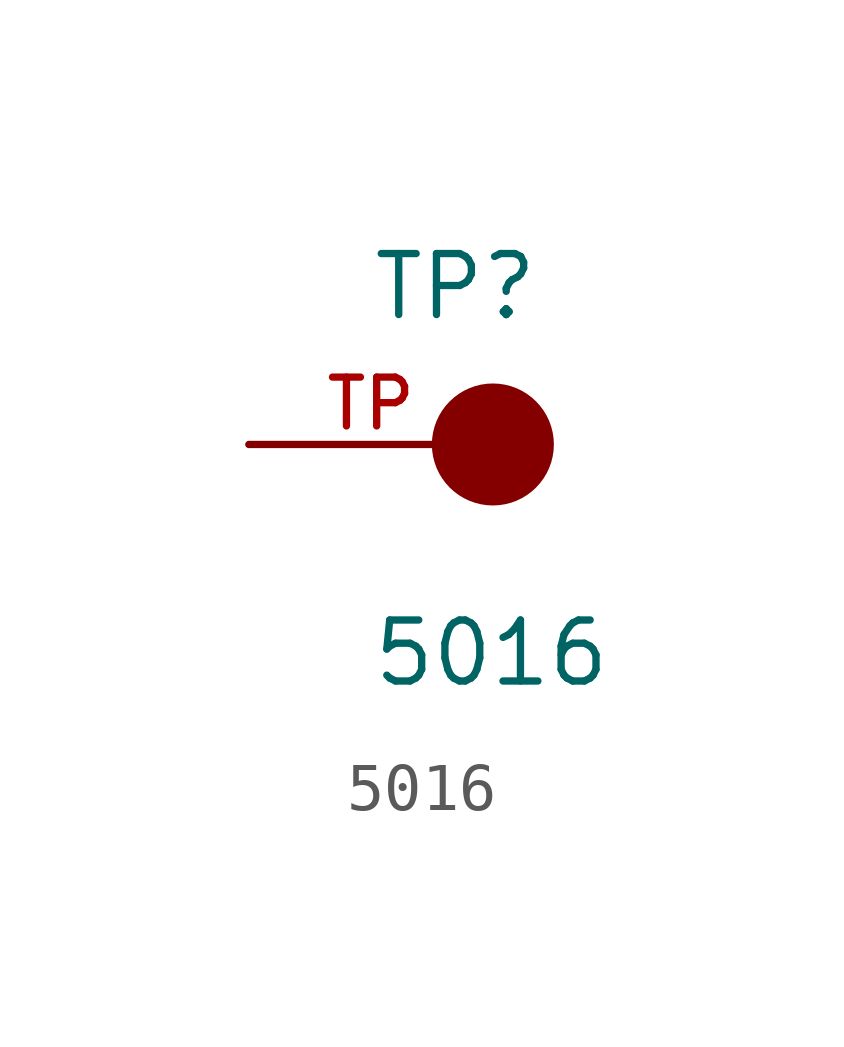
<source format=kicad_sym>
(kicad_symbol_lib
  (version 20211014)
  (generator kicad_symbol_editor)
  (symbol "5016"
    (pin_names
      (offset 1.016))
    (property "Reference" "TP"
      (at -2.544 2.541 0)
      (effects (font (size 1.27 1.27)) (justify bottom left)))
    (property "Value" "5016"
      (at -2.55 -5.087 0)
      (effects (font (size 1.27 1.27)) (justify bottom left)))
    (symbol "5016_0_0"
      (circle (center 0.0 0.0) (radius 0.635) (stroke (width 1.27)) (fill (type none)))
      (pin passive line (at -5.08 0.0 0) (length 5.08) (name "~" (effects (font (size 1.016 1.016)))) (number "TP" (effects (font (size 1.016 1.016))))))))
</source>
